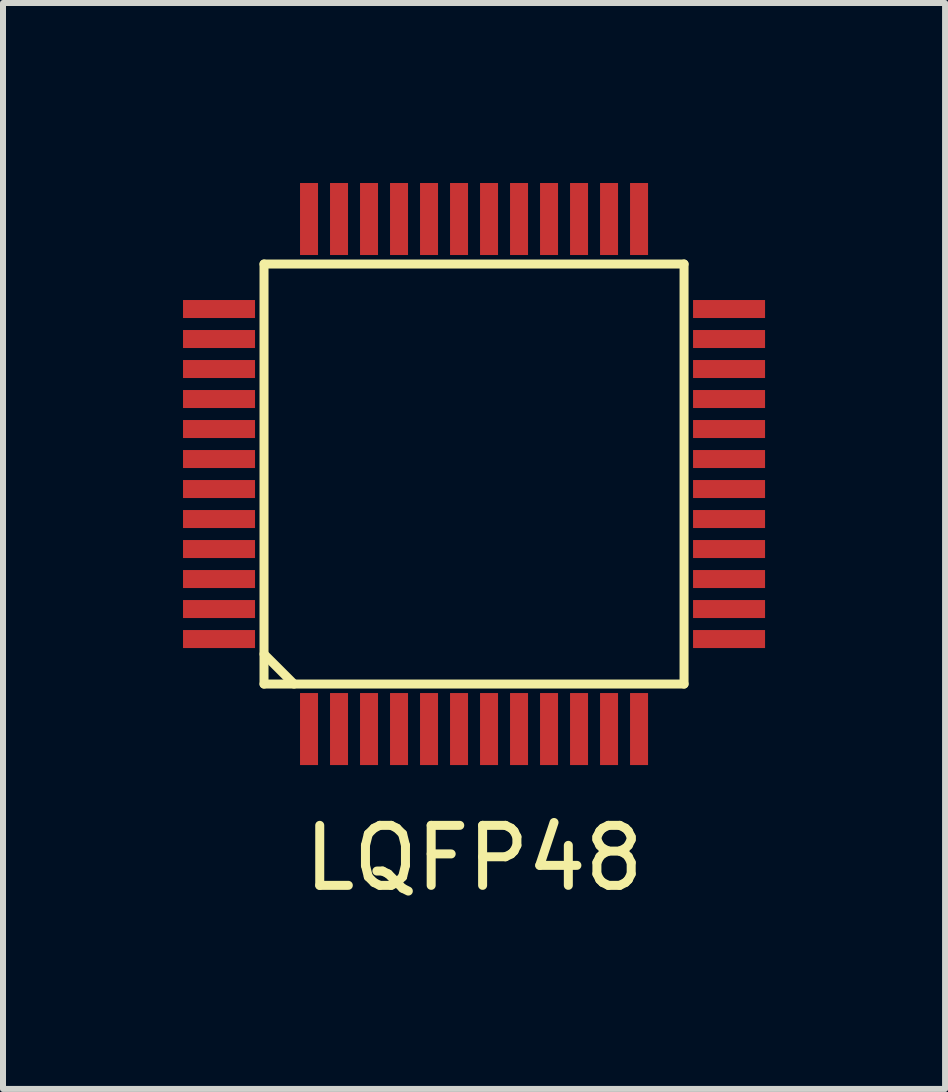
<source format=kicad_pcb>
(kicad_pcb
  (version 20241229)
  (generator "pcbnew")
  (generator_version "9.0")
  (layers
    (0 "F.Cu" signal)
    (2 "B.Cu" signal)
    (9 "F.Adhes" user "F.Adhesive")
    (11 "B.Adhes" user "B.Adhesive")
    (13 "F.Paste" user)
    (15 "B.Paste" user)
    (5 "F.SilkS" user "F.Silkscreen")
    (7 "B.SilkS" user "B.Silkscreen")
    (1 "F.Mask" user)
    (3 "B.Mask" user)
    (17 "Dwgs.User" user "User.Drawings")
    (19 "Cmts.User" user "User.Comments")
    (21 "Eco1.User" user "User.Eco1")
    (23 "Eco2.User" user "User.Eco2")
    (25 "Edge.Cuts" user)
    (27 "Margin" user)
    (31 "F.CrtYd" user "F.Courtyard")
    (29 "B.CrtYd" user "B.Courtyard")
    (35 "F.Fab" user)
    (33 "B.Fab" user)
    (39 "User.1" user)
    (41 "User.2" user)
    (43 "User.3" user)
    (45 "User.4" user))
  (footprint "LQFP48"
    (layer "F.Cu")
    (at 4.85 4.85)
    (property "Reference" "LQFP48" (at 0 6.4 0) (layer "F.SilkS") (effects (font (size 1 1) (thickness 0.15))))
    (attr through_hole)
    (fp_line (start -3.5 -3.5) (end -3.5 3.5) (stroke (width 0.15) (type solid)) (layer "F.SilkS"))
    (fp_line (start -3.5 -3.5) (end 3.5 -3.5) (stroke (width 0.15) (type solid)) (layer "F.SilkS"))
    (fp_line (start -3.5 3.5) (end 3.5 3.5) (stroke (width 0.15) (type solid)) (layer "F.SilkS"))
    (fp_line (start -3 3.5) (end -3.5 3) (stroke (width 0.15) (type solid)) (layer "F.SilkS"))
    (fp_line (start 3.5 3.5) (end 3.5 -3.5) (stroke (width 0.15) (type solid)) (layer "F.SilkS"))
    (pad "1" smd rect (at -2.75 4.25) (size 0.3 1.2) (layers "F.Cu" "F.Mask" "F.Paste"))
    (pad "2" smd rect (at -2.25 4.25) (size 0.3 1.2) (layers "F.Cu" "F.Mask" "F.Paste"))
    (pad "3" smd rect (at -1.75 4.25) (size 0.3 1.2) (layers "F.Cu" "F.Mask" "F.Paste"))
    (pad "4" smd rect (at -1.25 4.25) (size 0.3 1.2) (layers "F.Cu" "F.Mask" "F.Paste"))
    (pad "5" smd rect (at -0.75 4.25) (size 0.3 1.2) (layers "F.Cu" "F.Mask" "F.Paste"))
    (pad "6" smd rect (at -0.25 4.25) (size 0.3 1.2) (layers "F.Cu" "F.Mask" "F.Paste"))
    (pad "7" smd rect (at 0.25 4.25) (size 0.3 1.2) (layers "F.Cu" "F.Mask" "F.Paste"))
    (pad "8" smd rect (at 0.75 4.25) (size 0.3 1.2) (layers "F.Cu" "F.Mask" "F.Paste"))
    (pad "9" smd rect (at 1.25 4.25) (size 0.3 1.2) (layers "F.Cu" "F.Mask" "F.Paste"))
    (pad "10" smd rect (at 1.75 4.25) (size 0.3 1.2) (layers "F.Cu" "F.Mask" "F.Paste"))
    (pad "11" smd rect (at 2.25 4.25) (size 0.3 1.2) (layers "F.Cu" "F.Mask" "F.Paste"))
    (pad "12" smd rect (at 2.75 4.25) (size 0.3 1.2) (layers "F.Cu" "F.Mask" "F.Paste"))
    (pad "13" smd rect (at 4.25 2.75) (size 1.2 0.3) (layers "F.Cu" "F.Mask" "F.Paste"))
    (pad "14" smd rect (at 4.25 2.25) (size 1.2 0.3) (layers "F.Cu" "F.Mask" "F.Paste"))
    (pad "15" smd rect (at 4.25 1.75) (size 1.2 0.3) (layers "F.Cu" "F.Mask" "F.Paste"))
    (pad "16" smd rect (at 4.25 1.25) (size 1.2 0.3) (layers "F.Cu" "F.Mask" "F.Paste"))
    (pad "17" smd rect (at 4.25 0.75) (size 1.2 0.3) (layers "F.Cu" "F.Mask" "F.Paste"))
    (pad "18" smd rect (at 4.25 0.25) (size 1.2 0.3) (layers "F.Cu" "F.Mask" "F.Paste"))
    (pad "19" smd rect (at 4.25 -0.25) (size 1.2 0.3) (layers "F.Cu" "F.Mask" "F.Paste"))
    (pad "20" smd rect (at 4.25 -0.75) (size 1.2 0.3) (layers "F.Cu" "F.Mask" "F.Paste"))
    (pad "21" smd rect (at 4.25 -1.25) (size 1.2 0.3) (layers "F.Cu" "F.Mask" "F.Paste"))
    (pad "22" smd rect (at 4.25 -1.75) (size 1.2 0.3) (layers "F.Cu" "F.Mask" "F.Paste"))
    (pad "23" smd rect (at 4.25 -2.25) (size 1.2 0.3) (layers "F.Cu" "F.Mask" "F.Paste"))
    (pad "24" smd rect (at 4.25 -2.75) (size 1.2 0.3) (layers "F.Cu" "F.Mask" "F.Paste"))
    (pad "25" smd rect (at 2.75 -4.25) (size 0.3 1.2) (layers "F.Cu" "F.Mask" "F.Paste"))
    (pad "26" smd rect (at 2.25 -4.25) (size 0.3 1.2) (layers "F.Cu" "F.Mask" "F.Paste"))
    (pad "27" smd rect (at 1.75 -4.25) (size 0.3 1.2) (layers "F.Cu" "F.Mask" "F.Paste"))
    (pad "28" smd rect (at 1.25 -4.25) (size 0.3 1.2) (layers "F.Cu" "F.Mask" "F.Paste"))
    (pad "29" smd rect (at 0.75 -4.25) (size 0.3 1.2) (layers "F.Cu" "F.Mask" "F.Paste"))
    (pad "30" smd rect (at 0.25 -4.25) (size 0.3 1.2) (layers "F.Cu" "F.Mask" "F.Paste"))
    (pad "31" smd rect (at -0.25 -4.25) (size 0.3 1.2) (layers "F.Cu" "F.Mask" "F.Paste"))
    (pad "32" smd rect (at -0.75 -4.25) (size 0.3 1.2) (layers "F.Cu" "F.Mask" "F.Paste"))
    (pad "33" smd rect (at -1.25 -4.25) (size 0.3 1.2) (layers "F.Cu" "F.Mask" "F.Paste"))
    (pad "34" smd rect (at -1.75 -4.25) (size 0.3 1.2) (layers "F.Cu" "F.Mask" "F.Paste"))
    (pad "35" smd rect (at -2.25 -4.25) (size 0.3 1.2) (layers "F.Cu" "F.Mask" "F.Paste"))
    (pad "36" smd rect (at -2.75 -4.25) (size 0.3 1.2) (layers "F.Cu" "F.Mask" "F.Paste"))
    (pad "37" smd rect (at -4.25 -2.75) (size 1.2 0.3) (layers "F.Cu" "F.Mask" "F.Paste"))
    (pad "38" smd rect (at -4.25 -2.25) (size 1.2 0.3) (layers "F.Cu" "F.Mask" "F.Paste"))
    (pad "39" smd rect (at -4.25 -1.75) (size 1.2 0.3) (layers "F.Cu" "F.Mask" "F.Paste"))
    (pad "40" smd rect (at -4.25 -1.25) (size 1.2 0.3) (layers "F.Cu" "F.Mask" "F.Paste"))
    (pad "41" smd rect (at -4.25 -0.75) (size 1.2 0.3) (layers "F.Cu" "F.Mask" "F.Paste"))
    (pad "42" smd rect (at -4.25 -0.25) (size 1.2 0.3) (layers "F.Cu" "F.Mask" "F.Paste"))
    (pad "43" smd rect (at -4.25 0.25) (size 1.2 0.3) (layers "F.Cu" "F.Mask" "F.Paste"))
    (pad "44" smd rect (at -4.25 0.75) (size 1.2 0.3) (layers "F.Cu" "F.Mask" "F.Paste"))
    (pad "45" smd rect (at -4.25 1.25) (size 1.2 0.3) (layers "F.Cu" "F.Mask" "F.Paste"))
    (pad "46" smd rect (at -4.25 1.75) (size 1.2 0.3) (layers "F.Cu" "F.Mask" "F.Paste"))
    (pad "47" smd rect (at -4.25 2.25) (size 1.2 0.3) (layers "F.Cu" "F.Mask" "F.Paste"))
    (pad "48" smd rect (at -4.25 2.75) (size 1.2 0.3) (layers "F.Cu" "F.Mask" "F.Paste")))
  (gr_rect
    (start -3 -3)
    (end 12.7 15.098)
    (stroke (width 0.1) (type default))
    (fill no)
    (layer "Edge.Cuts")))
</source>
